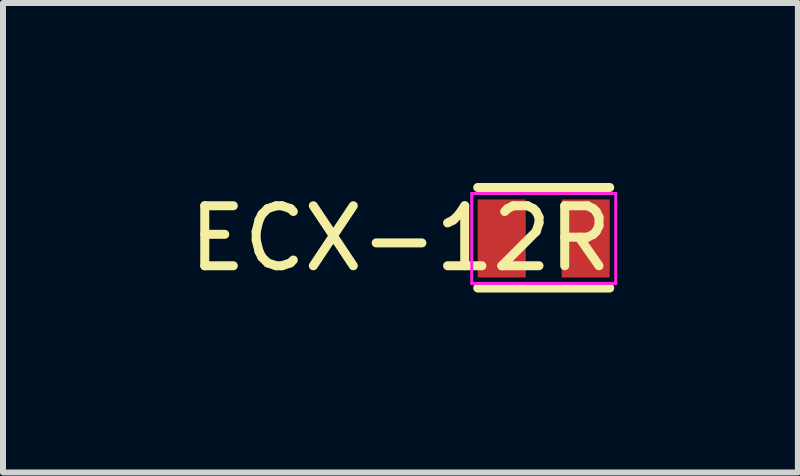
<source format=kicad_pcb>
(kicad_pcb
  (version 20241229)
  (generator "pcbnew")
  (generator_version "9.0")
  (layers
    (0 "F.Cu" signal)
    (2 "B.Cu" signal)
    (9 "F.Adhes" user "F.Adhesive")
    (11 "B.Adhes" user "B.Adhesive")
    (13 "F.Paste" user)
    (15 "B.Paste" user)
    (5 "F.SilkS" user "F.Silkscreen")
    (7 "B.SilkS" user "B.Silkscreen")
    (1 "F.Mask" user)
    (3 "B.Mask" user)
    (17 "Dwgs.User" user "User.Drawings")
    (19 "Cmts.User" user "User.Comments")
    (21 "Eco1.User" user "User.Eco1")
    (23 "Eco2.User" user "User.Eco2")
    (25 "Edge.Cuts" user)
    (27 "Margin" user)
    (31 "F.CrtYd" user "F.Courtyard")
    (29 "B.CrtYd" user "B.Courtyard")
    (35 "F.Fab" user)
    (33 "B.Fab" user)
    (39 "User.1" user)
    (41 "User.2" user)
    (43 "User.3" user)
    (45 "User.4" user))
  (footprint "ECX-12R"
    (layer "F.Cu")
    (at 6.013 0.925)
    (property "Reference" "ECX-12R" (at -2.388 0 0) (layer "F.SilkS") (effects (font (size 1 1) (thickness 0.15))))
    (attr smd)
    (fp_line (start -1.1 -0.85) (end 1.1 -0.85) (stroke (width 0.15) (type solid)) (layer "F.SilkS"))
    (fp_line (start -1.1 0.826) (end 1.1 0.826) (stroke (width 0.15) (type solid)) (layer "F.SilkS"))
    (fp_line (start -1.2 -0.75) (end -1.2 0.75) (stroke (width 0.05) (type solid)) (layer "F.CrtYd"))
    (fp_line (start -1.2 -0.75) (end 1.2 -0.75) (stroke (width 0.05) (type solid)) (layer "F.CrtYd"))
    (fp_line (start 1.2 0.75) (end -1.2 0.75) (stroke (width 0.05) (type solid)) (layer "F.CrtYd"))
    (fp_line (start 1.2 0.75) (end 1.2 -0.75) (stroke (width 0.05) (type solid)) (layer "F.CrtYd"))
    (pad "1" smd rect (at -0.7 0) (size 0.8 1.3) (layers "F.Cu" "F.Mask" "F.Paste"))
    (pad "2" smd rect (at 0.7 0) (size 0.8 1.3) (layers "F.Cu" "F.Mask" "F.Paste")))
  (gr_rect
    (start -3 -3)
    (end 10.25 4.825)
    (stroke (width 0.1) (type default))
    (fill no)
    (layer "Edge.Cuts")))
</source>
